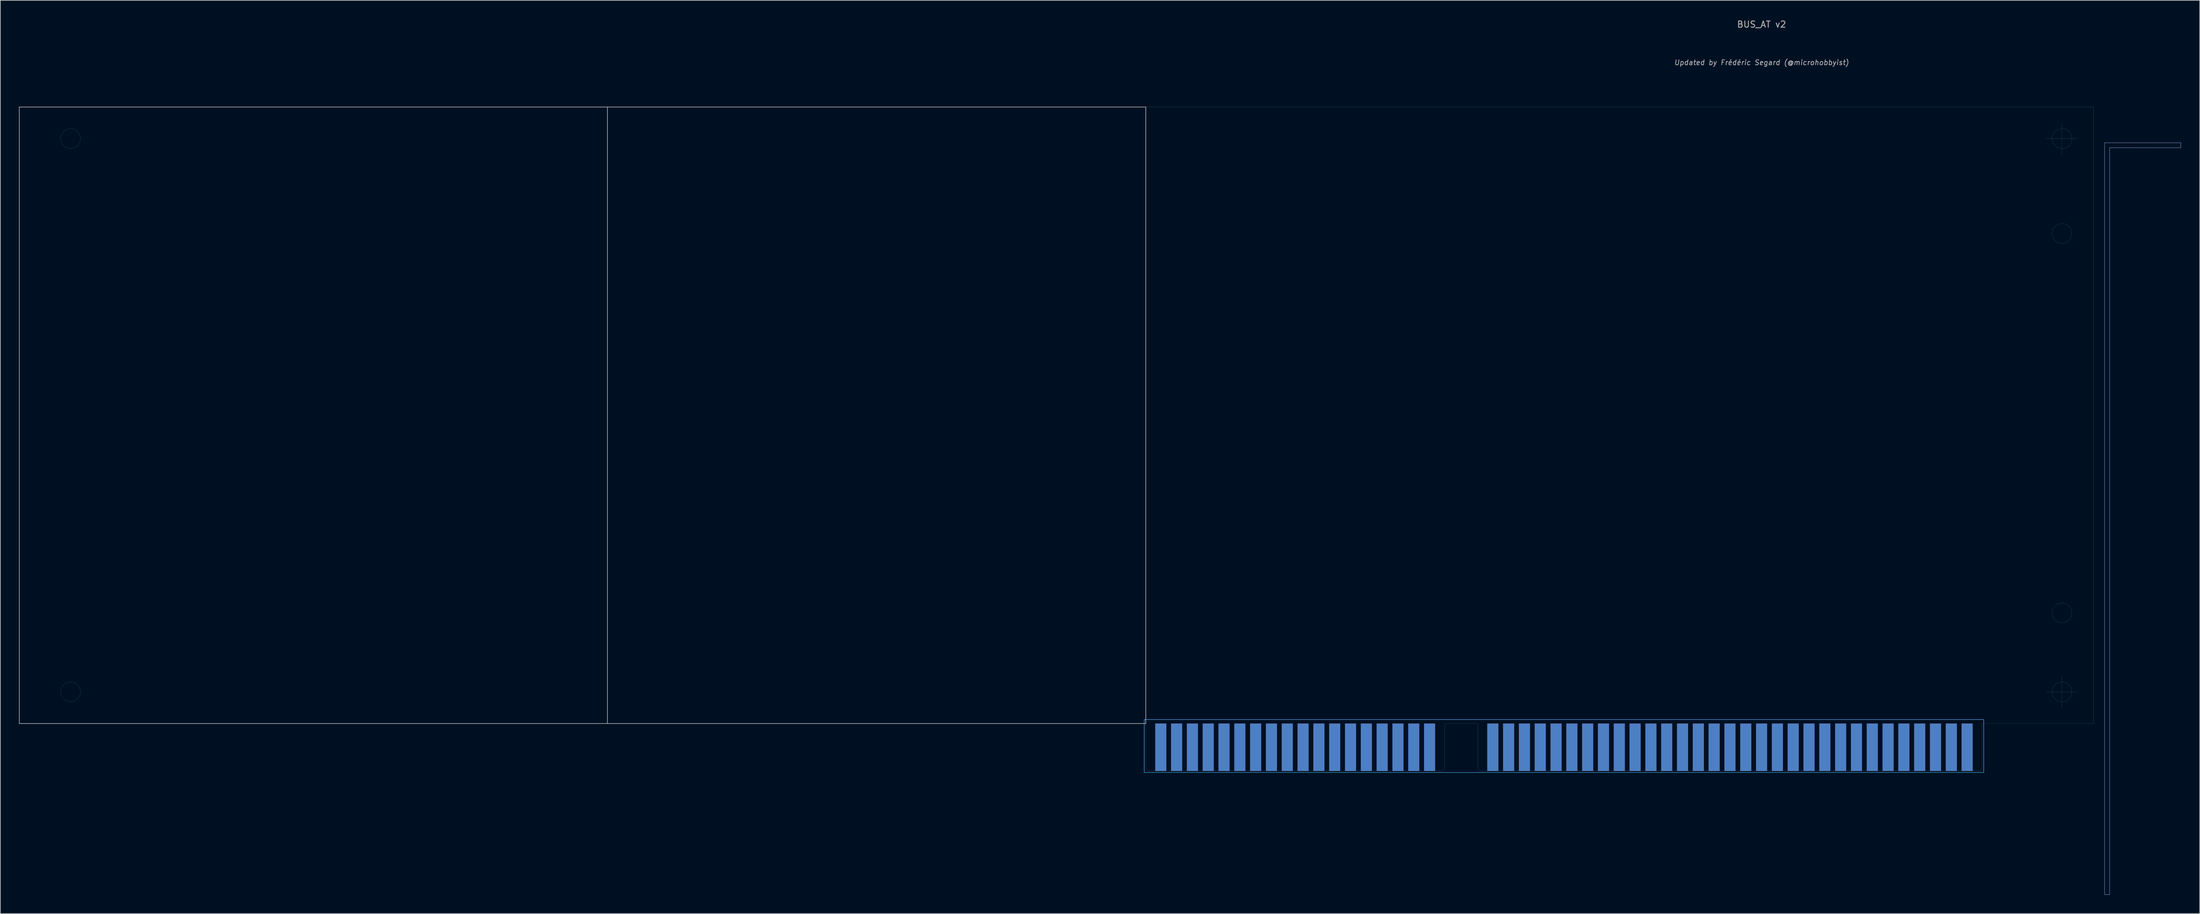
<source format=kicad_pcb>
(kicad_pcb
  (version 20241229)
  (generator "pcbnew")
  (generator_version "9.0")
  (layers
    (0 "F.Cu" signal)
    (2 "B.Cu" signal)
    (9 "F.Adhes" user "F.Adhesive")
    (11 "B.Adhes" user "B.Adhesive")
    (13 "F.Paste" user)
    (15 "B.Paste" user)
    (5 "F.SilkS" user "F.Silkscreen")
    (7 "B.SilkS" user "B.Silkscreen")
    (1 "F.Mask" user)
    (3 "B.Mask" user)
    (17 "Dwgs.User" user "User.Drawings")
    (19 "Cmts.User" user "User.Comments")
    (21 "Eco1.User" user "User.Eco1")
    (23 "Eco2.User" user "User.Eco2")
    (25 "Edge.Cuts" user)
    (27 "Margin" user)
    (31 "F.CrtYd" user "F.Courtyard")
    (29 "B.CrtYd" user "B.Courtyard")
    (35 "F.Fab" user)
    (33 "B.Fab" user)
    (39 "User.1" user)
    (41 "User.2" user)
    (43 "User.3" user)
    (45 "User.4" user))
  (footprint "BUS_AT v2"
    (layer "F.Cu")
    (at 312.978 120.83)
    (property "Reference" "BUS_AT v2" (at -33.02 -119.38 0) (layer "F.Fab") (effects (font (size 1 1) (thickness 0.15)) (justify bottom)))
    (attr exclude_from_pos_files exclude_from_bom)
    (fp_line (start -131.953 -106.68) (end 20.32 -106.68) (stroke (width 0.01) (type default)) (layer "Edge.Cuts"))
    (fp_line (start -131.953 -0.5) (end -131.953 -7.62) (stroke (width 0.01) (type default)) (layer "Edge.Cuts"))
    (fp_line (start -131.453 0) (end -84.447 0) (stroke (width 0.01) (type default)) (layer "Edge.Cuts"))
    (fp_line (start -83.947 -7.62) (end -78.613 -7.62) (stroke (width 0.01) (type default)) (layer "Edge.Cuts"))
    (fp_line (start -83.947 -0.5) (end -83.947 -7.62) (stroke (width 0.01) (type default)) (layer "Edge.Cuts"))
    (fp_line (start -78.613 -0.5) (end -78.613 -7.62) (stroke (width 0.01) (type default)) (layer "Edge.Cuts"))
    (fp_line (start 1.913 0) (end -78.113 0) (stroke (width 0.01) (type default)) (layer "Edge.Cuts"))
    (fp_line (start 2.413 -0.5) (end 2.413 -7.62) (stroke (width 0.01) (type default)) (layer "Edge.Cuts"))
    (fp_line (start 20.32 -7.62) (end 2.413 -7.62) (stroke (width 0.01) (type default)) (layer "Edge.Cuts"))
    (fp_line (start 20.32 -7.62) (end 20.32 -106.68) (stroke (width 0.01) (type default)) (layer "Edge.Cuts"))
    (fp_arc (start -131.453 0) (mid -131.806554 -0.146446) (end -131.953 -0.5) (stroke (width 0.01) (type default)) (layer "Edge.Cuts"))
    (fp_arc (start -83.947 -0.5) (mid -84.093446 -0.146446) (end -84.447 0) (stroke (width 0.01) (type default)) (layer "Edge.Cuts"))
    (fp_arc (start -78.113 0) (mid -78.466554 -0.146446) (end -78.613 -0.5) (stroke (width 0.01) (type default)) (layer "Edge.Cuts"))
    (fp_arc (start 2.413 -0.5) (mid 2.266554 -0.146446) (end 1.913 0) (stroke (width 0.01) (type default)) (layer "Edge.Cuts"))
    (fp_rect (start 2.667 -8.255) (end -132.207 0.254) (stroke (width 0.05) (type default)) (fill no) (layer "B.CrtYd"))
    (fp_rect (start -132.207 0.254) (end 2.667 -8.255) (stroke (width 0.05) (type default)) (fill no) (layer "F.CrtYd"))
    (fp_line (start 22.079 -100.941) (end 22.079 19.868) (stroke (width 0.1) (type default)) (layer "B.Fab"))
    (fp_line (start 22.079 19.868) (end 22.892 19.868) (stroke (width 0.1) (type default)) (layer "B.Fab"))
    (fp_line (start 22.892 -100.146) (end 34.322 -100.147) (stroke (width 0.1) (type default)) (layer "B.Fab"))
    (fp_line (start 22.892 19.868) (end 22.892 -100.146) (stroke (width 0.1) (type default)) (layer "B.Fab"))
    (fp_line (start 34.322 -100.941) (end 22.079 -100.941) (stroke (width 0.1) (type default)) (layer "B.Fab"))
    (fp_line (start 34.322 -100.147) (end 34.322 -100.941) (stroke (width 0.1) (type default)) (layer "B.Fab"))
    (fp_line (start -312.928 -7.62) (end -312.928 -106.68) (stroke (width 0.1) (type default)) (layer "F.Fab"))
    (fp_line (start -218.44 -106.68) (end -312.928 -106.68) (stroke (width 0.1) (type default)) (layer "F.Fab"))
    (fp_line (start -218.44 -106.68) (end -131.953 -106.68) (stroke (width 0.1) (type default)) (layer "F.Fab"))
    (fp_line (start -218.44 -7.62) (end -312.928 -7.62) (stroke (width 0.1) (type default)) (layer "F.Fab"))
    (fp_line (start -218.44 -7.62) (end -218.44 -106.68) (stroke (width 0.1) (type default)) (layer "F.Fab"))
    (fp_line (start -131.953 -7.62) (end -218.44 -7.62) (stroke (width 0.1) (type default)) (layer "F.Fab"))
    (fp_line (start -131.953 -7.62) (end -131.953 -106.68) (stroke (width 0.1) (type default)) (layer "F.Fab"))
    (fp_line (start 12.7 -101.6) (end 17.78 -101.6) (stroke (width 0.01) (type default)) (layer "F.Fab"))
    (fp_line (start 12.7 -12.7) (end 17.78 -12.7) (stroke (width 0.01) (type default)) (layer "F.Fab"))
    (fp_line (start 15.24 -104.14) (end 15.24 -99.06) (stroke (width 0.01) (type default)) (layer "F.Fab"))
    (fp_line (start 15.24 -15.24) (end 15.24 -10.16) (stroke (width 0.01) (type default)) (layer "F.Fab"))
    (fp_circle (center -304.692 -101.6) (end -303.104 -101.6) (stroke (width 0.01) (type default)) (fill no) (layer "F.Fab"))
    (fp_circle (center -304.692 -12.7) (end -303.104 -12.7) (stroke (width 0.01) (type default)) (fill no) (layer "F.Fab"))
    (fp_circle (center 15.24 -101.6) (end 16.828 -101.6) (stroke (width 0.01) (type default)) (fill no) (layer "F.Fab"))
    (fp_circle (center 15.24 -86.36) (end 16.828 -86.36) (stroke (width 0.01) (type default)) (fill no) (layer "F.Fab"))
    (fp_circle (center 15.24 -25.4) (end 16.828 -25.4) (stroke (width 0.01) (type default)) (fill no) (layer "F.Fab"))
    (fp_circle (center 15.24 -12.7) (end 16.828 -12.7) (stroke (width 0.01) (type default)) (fill no) (layer "F.Fab"))
    (fp_text user "Updated by Frédéric Segard (@microhobbyist)" (at -33.02 -114.3 0) (layer "F.Fab") (effects (font (size 0.8 0.8) (thickness 0.12) (italic yes)) (justify top)))
    (pad "1" connect rect (at 0 -3.81) (size 1.78 7.62) (layers "B.Cu" "B.Mask"))
    (pad "2" connect rect (at -2.54 -3.81) (size 1.78 7.62) (layers "B.Cu" "B.Mask"))
    (pad "3" connect rect (at -5.08 -3.81) (size 1.78 7.62) (layers "B.Cu" "B.Mask"))
    (pad "4" connect rect (at -7.62 -3.81) (size 1.78 7.62) (layers "B.Cu" "B.Mask"))
    (pad "5" connect rect (at -10.16 -3.81) (size 1.78 7.62) (layers "B.Cu" "B.Mask"))
    (pad "6" connect rect (at -12.7 -3.81) (size 1.78 7.62) (layers "B.Cu" "B.Mask"))
    (pad "7" connect rect (at -15.24 -3.81) (size 1.78 7.62) (layers "B.Cu" "B.Mask"))
    (pad "8" connect rect (at -17.78 -3.81) (size 1.78 7.62) (layers "B.Cu" "B.Mask"))
    (pad "9" connect rect (at -20.32 -3.81) (size 1.78 7.62) (layers "B.Cu" "B.Mask"))
    (pad "10" connect rect (at -22.86 -3.81) (size 1.78 7.62) (layers "B.Cu" "B.Mask"))
    (pad "11" connect rect (at -25.4 -3.81) (size 1.78 7.62) (layers "B.Cu" "B.Mask"))
    (pad "12" connect rect (at -27.94 -3.81) (size 1.78 7.62) (layers "B.Cu" "B.Mask"))
    (pad "13" connect rect (at -30.48 -3.81) (size 1.78 7.62) (layers "B.Cu" "B.Mask"))
    (pad "14" connect rect (at -33.02 -3.81) (size 1.78 7.62) (layers "B.Cu" "B.Mask"))
    (pad "15" connect rect (at -35.56 -3.81) (size 1.78 7.62) (layers "B.Cu" "B.Mask"))
    (pad "16" connect rect (at -38.1 -3.81) (size 1.78 7.62) (layers "B.Cu" "B.Mask"))
    (pad "17" connect rect (at -40.64 -3.81) (size 1.78 7.62) (layers "B.Cu" "B.Mask"))
    (pad "18" connect rect (at -43.18 -3.81) (size 1.78 7.62) (layers "B.Cu" "B.Mask"))
    (pad "19" connect rect (at -45.72 -3.81) (size 1.78 7.62) (layers "B.Cu" "B.Mask"))
    (pad "20" connect rect (at -48.26 -3.81) (size 1.78 7.62) (layers "B.Cu" "B.Mask"))
    (pad "21" connect rect (at -50.8 -3.81) (size 1.78 7.62) (layers "B.Cu" "B.Mask"))
    (pad "22" connect rect (at -53.34 -3.81) (size 1.78 7.62) (layers "B.Cu" "B.Mask"))
    (pad "23" connect rect (at -55.88 -3.81) (size 1.78 7.62) (layers "B.Cu" "B.Mask"))
    (pad "24" connect rect (at -58.42 -3.81) (size 1.78 7.62) (layers "B.Cu" "B.Mask"))
    (pad "25" connect rect (at -60.96 -3.81) (size 1.78 7.62) (layers "B.Cu" "B.Mask"))
    (pad "26" connect rect (at -63.5 -3.81) (size 1.78 7.62) (layers "B.Cu" "B.Mask"))
    (pad "27" connect rect (at -66.04 -3.81) (size 1.78 7.62) (layers "B.Cu" "B.Mask"))
    (pad "28" connect rect (at -68.58 -3.81) (size 1.78 7.62) (layers "B.Cu" "B.Mask"))
    (pad "29" connect rect (at -71.12 -3.81) (size 1.78 7.62) (layers "B.Cu" "B.Mask"))
    (pad "30" connect rect (at -73.66 -3.81) (size 1.78 7.62) (layers "B.Cu" "B.Mask"))
    (pad "31" connect rect (at -76.2 -3.81) (size 1.78 7.62) (layers "B.Cu" "B.Mask"))
    (pad "32" connect rect (at 0 -3.81) (size 1.78 7.62) (layers "F.Cu" "F.Mask"))
    (pad "33" connect rect (at -2.54 -3.81) (size 1.78 7.62) (layers "F.Cu" "F.Mask"))
    (pad "34" connect rect (at -5.08 -3.81) (size 1.78 7.62) (layers "F.Cu" "F.Mask"))
    (pad "35" connect rect (at -7.62 -3.81) (size 1.78 7.62) (layers "F.Cu" "F.Mask"))
    (pad "36" connect rect (at -10.16 -3.81) (size 1.78 7.62) (layers "F.Cu" "F.Mask"))
    (pad "37" connect rect (at -12.7 -3.81) (size 1.78 7.62) (layers "F.Cu" "F.Mask"))
    (pad "38" connect rect (at -15.24 -3.81) (size 1.78 7.62) (layers "F.Cu" "F.Mask"))
    (pad "39" connect rect (at -17.78 -3.81) (size 1.78 7.62) (layers "F.Cu" "F.Mask"))
    (pad "40" connect rect (at -20.32 -3.81) (size 1.78 7.62) (layers "F.Cu" "F.Mask"))
    (pad "41" connect rect (at -22.86 -3.81) (size 1.78 7.62) (layers "F.Cu" "F.Mask"))
    (pad "42" connect rect (at -25.4 -3.81) (size 1.78 7.62) (layers "F.Cu" "F.Mask"))
    (pad "43" connect rect (at -27.94 -3.81) (size 1.78 7.62) (layers "F.Cu" "F.Mask"))
    (pad "44" connect rect (at -30.48 -3.81) (size 1.78 7.62) (layers "F.Cu" "F.Mask"))
    (pad "45" connect rect (at -33.02 -3.81) (size 1.78 7.62) (layers "F.Cu" "F.Mask"))
    (pad "46" connect rect (at -35.56 -3.81) (size 1.78 7.62) (layers "F.Cu" "F.Mask"))
    (pad "47" connect rect (at -38.1 -3.81) (size 1.78 7.62) (layers "F.Cu" "F.Mask"))
    (pad "48" connect rect (at -40.64 -3.81) (size 1.78 7.62) (layers "F.Cu" "F.Mask"))
    (pad "49" connect rect (at -43.18 -3.81) (size 1.78 7.62) (layers "F.Cu" "F.Mask"))
    (pad "50" connect rect (at -45.72 -3.81) (size 1.78 7.62) (layers "F.Cu" "F.Mask"))
    (pad "51" connect rect (at -48.26 -3.81) (size 1.78 7.62) (layers "F.Cu" "F.Mask"))
    (pad "52" connect rect (at -50.8 -3.81) (size 1.78 7.62) (layers "F.Cu" "F.Mask"))
    (pad "53" connect rect (at -53.34 -3.81) (size 1.78 7.62) (layers "F.Cu" "F.Mask"))
    (pad "54" connect rect (at -55.88 -3.81) (size 1.78 7.62) (layers "F.Cu" "F.Mask"))
    (pad "55" connect rect (at -58.42 -3.81) (size 1.78 7.62) (layers "F.Cu" "F.Mask"))
    (pad "56" connect rect (at -60.96 -3.81) (size 1.78 7.62) (layers "F.Cu" "F.Mask"))
    (pad "57" connect rect (at -63.5 -3.81) (size 1.78 7.62) (layers "F.Cu" "F.Mask"))
    (pad "58" connect rect (at -66.04 -3.81) (size 1.78 7.62) (layers "F.Cu" "F.Mask"))
    (pad "59" connect rect (at -68.58 -3.81) (size 1.78 7.62) (layers "F.Cu" "F.Mask"))
    (pad "60" connect rect (at -71.12 -3.81) (size 1.78 7.62) (layers "F.Cu" "F.Mask"))
    (pad "61" connect rect (at -73.66 -3.81) (size 1.78 7.62) (layers "F.Cu" "F.Mask"))
    (pad "62" connect rect (at -76.2 -3.81) (size 1.78 7.62) (layers "F.Cu" "F.Mask"))
    (pad "63" connect rect (at -86.36 -3.81) (size 1.78 7.62) (layers "B.Cu" "B.Mask"))
    (pad "64" connect rect (at -88.9 -3.81) (size 1.78 7.62) (layers "B.Cu" "B.Mask"))
    (pad "65" connect rect (at -91.44 -3.81) (size 1.78 7.62) (layers "B.Cu" "B.Mask"))
    (pad "66" connect rect (at -93.98 -3.81) (size 1.78 7.62) (layers "B.Cu" "B.Mask"))
    (pad "67" connect rect (at -96.52 -3.81) (size 1.78 7.62) (layers "B.Cu" "B.Mask"))
    (pad "68" connect rect (at -99.06 -3.81) (size 1.78 7.62) (layers "B.Cu" "B.Mask"))
    (pad "69" connect rect (at -101.6 -3.81) (size 1.78 7.62) (layers "B.Cu" "B.Mask"))
    (pad "70" connect rect (at -104.14 -3.81) (size 1.78 7.62) (layers "B.Cu" "B.Mask"))
    (pad "71" connect rect (at -106.68 -3.81) (size 1.78 7.62) (layers "B.Cu" "B.Mask"))
    (pad "72" connect rect (at -109.22 -3.81) (size 1.78 7.62) (layers "B.Cu" "B.Mask"))
    (pad "73" connect rect (at -111.76 -3.81) (size 1.78 7.62) (layers "B.Cu" "B.Mask"))
    (pad "74" connect rect (at -114.3 -3.81) (size 1.78 7.62) (layers "B.Cu" "B.Mask"))
    (pad "75" connect rect (at -116.84 -3.81) (size 1.78 7.62) (layers "B.Cu" "B.Mask"))
    (pad "76" connect rect (at -119.38 -3.81) (size 1.78 7.62) (layers "B.Cu" "B.Mask"))
    (pad "77" connect rect (at -121.92 -3.81) (size 1.78 7.62) (layers "B.Cu" "B.Mask"))
    (pad "78" connect rect (at -124.46 -3.81) (size 1.78 7.62) (layers "B.Cu" "B.Mask"))
    (pad "79" connect rect (at -127 -3.81) (size 1.78 7.62) (layers "B.Cu" "B.Mask"))
    (pad "80" connect rect (at -129.54 -3.81) (size 1.78 7.62) (layers "B.Cu" "B.Mask"))
    (pad "81" connect rect (at -86.36 -3.81) (size 1.78 7.62) (layers "F.Cu" "F.Mask"))
    (pad "82" connect rect (at -88.9 -3.81) (size 1.78 7.62) (layers "F.Cu" "F.Mask"))
    (pad "83" connect rect (at -91.44 -3.81) (size 1.78 7.62) (layers "F.Cu" "F.Mask"))
    (pad "84" connect rect (at -93.98 -3.81) (size 1.78 7.62) (layers "F.Cu" "F.Mask"))
    (pad "85" connect rect (at -96.52 -3.81) (size 1.78 7.62) (layers "F.Cu" "F.Mask"))
    (pad "86" connect rect (at -99.06 -3.81) (size 1.78 7.62) (layers "F.Cu" "F.Mask"))
    (pad "87" connect rect (at -101.6 -3.81) (size 1.78 7.62) (layers "F.Cu" "F.Mask"))
    (pad "88" connect rect (at -104.14 -3.81) (size 1.78 7.62) (layers "F.Cu" "F.Mask"))
    (pad "89" connect rect (at -106.68 -3.81) (size 1.78 7.62) (layers "F.Cu" "F.Mask"))
    (pad "90" connect rect (at -109.22 -3.81) (size 1.78 7.62) (layers "F.Cu" "F.Mask"))
    (pad "91" connect rect (at -111.76 -3.81) (size 1.78 7.62) (layers "F.Cu" "F.Mask"))
    (pad "92" connect rect (at -114.3 -3.81) (size 1.78 7.62) (layers "F.Cu" "F.Mask"))
    (pad "93" connect rect (at -116.84 -3.81) (size 1.78 7.62) (layers "F.Cu" "F.Mask"))
    (pad "94" connect rect (at -119.38 -3.81) (size 1.78 7.62) (layers "F.Cu" "F.Mask"))
    (pad "95" connect rect (at -121.92 -3.81) (size 1.78 7.62) (layers "F.Cu" "F.Mask"))
    (pad "96" connect rect (at -124.46 -3.81) (size 1.78 7.62) (layers "F.Cu" "F.Mask"))
    (pad "97" connect rect (at -127 -3.81) (size 1.78 7.62) (layers "F.Cu" "F.Mask"))
    (pad "98" connect rect (at -129.54 -3.81) (size 1.78 7.62) (layers "F.Cu" "F.Mask")))
  (gr_rect
    (start -3 -3)
    (end 350.35 143.748)
    (stroke (width 0.1) (type default))
    (fill no)
    (layer "Edge.Cuts")))
</source>
